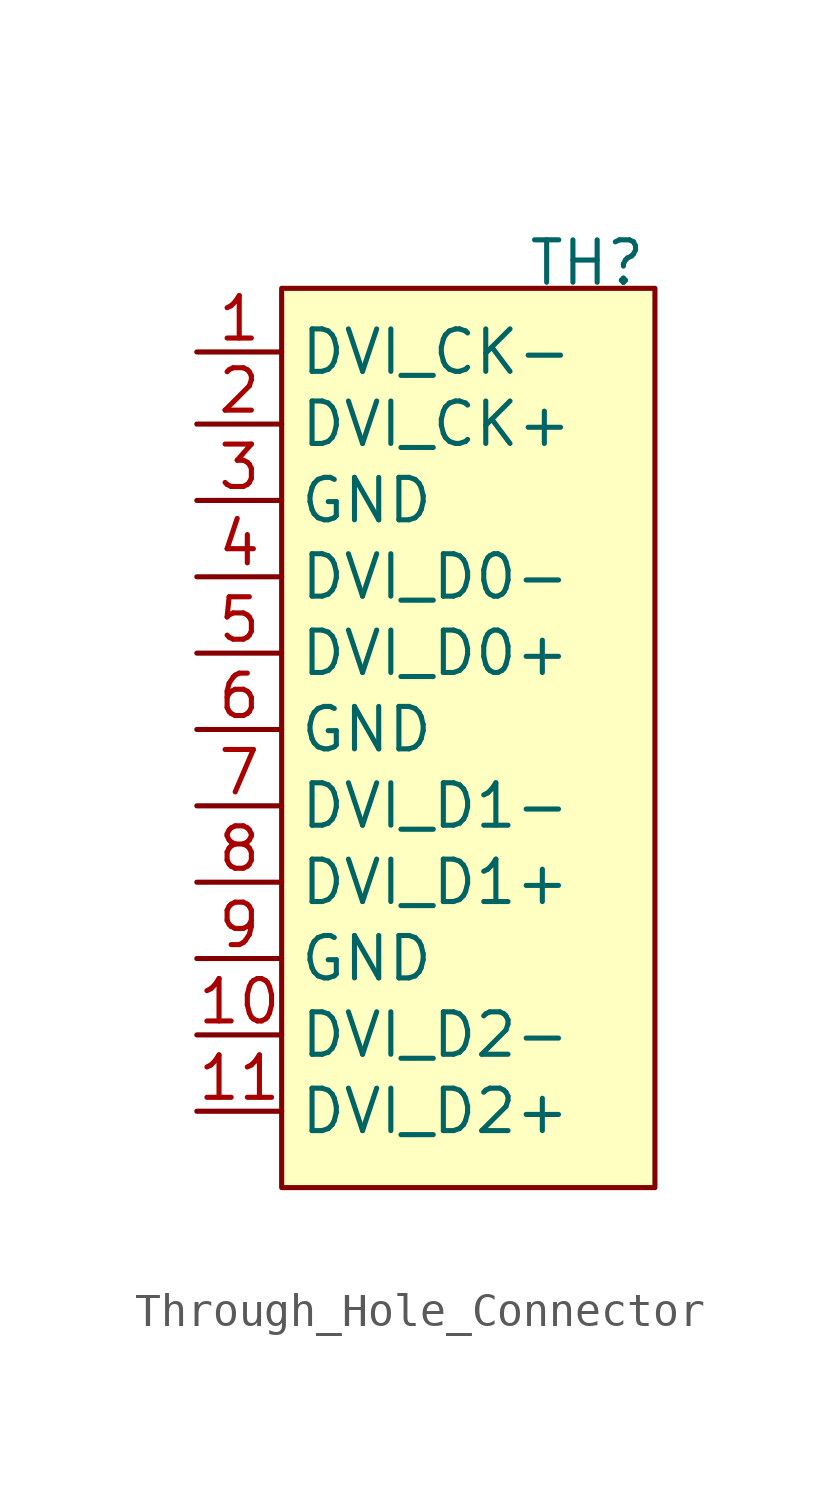
<source format=kicad_sym>
(kicad_symbol_lib
  (version 20220914)
  (generator kicad_symbol_editor)
  (symbol "Through_Hole_Connector"
    (property "Reference" "TH"
      (at 6.604 5.334 0)
      (effects (font (size 1.27 1.27))))
    (property "Value" ""
      (at 0 0 0)
      (effects (font (size 1.27 1.27))))
    (symbol "Through_Hole_Connector_1_1"
      (rectangle (start -2.54 4.572) (end 8.636 -22.352) (stroke (width 0) (type default)) (fill (type background)))
      (pin output line (at -5.08 2.667 0) (length 2.54) (name "DVI_CK-" (effects (font (size 1.27 1.27)))) (number "1" (effects (font (size 1.27 1.27)))))
      (pin output line (at -5.08 -17.78 0) (length 2.54) (name "DVI_D2-" (effects (font (size 1.27 1.27)))) (number "10" (effects (font (size 1.27 1.27)))))
      (pin output line (at -5.08 -20.066 0) (length 2.54) (name "DVI_D2+" (effects (font (size 1.27 1.27)))) (number "11" (effects (font (size 1.27 1.27)))))
      (pin output line (at -5.08 0.508 0) (length 2.54) (name "DVI_CK+" (effects (font (size 1.27 1.27)))) (number "2" (effects (font (size 1.27 1.27)))))
      (pin output line (at -5.08 -1.778 0) (length 2.54) (name "GND" (effects (font (size 1.27 1.27)))) (number "3" (effects (font (size 1.27 1.27)))))
      (pin output line (at -5.08 -4.064 0) (length 2.54) (name "DVI_D0-" (effects (font (size 1.27 1.27)))) (number "4" (effects (font (size 1.27 1.27)))))
      (pin output line (at -5.08 -6.35 0) (length 2.54) (name "DVI_D0+" (effects (font (size 1.27 1.27)))) (number "5" (effects (font (size 1.27 1.27)))))
      (pin output line (at -5.08 -8.636 0) (length 2.54) (name "GND" (effects (font (size 1.27 1.27)))) (number "6" (effects (font (size 1.27 1.27)))))
      (pin output line (at -5.08 -10.922 0) (length 2.54) (name "DVI_D1-" (effects (font (size 1.27 1.27)))) (number "7" (effects (font (size 1.27 1.27)))))
      (pin output line (at -5.08 -13.208 0) (length 2.54) (name "DVI_D1+" (effects (font (size 1.27 1.27)))) (number "8" (effects (font (size 1.27 1.27)))))
      (pin output line (at -5.08 -15.494 0) (length 2.54) (name "GND" (effects (font (size 1.27 1.27)))) (number "9" (effects (font (size 1.27 1.27))))))))
</source>
